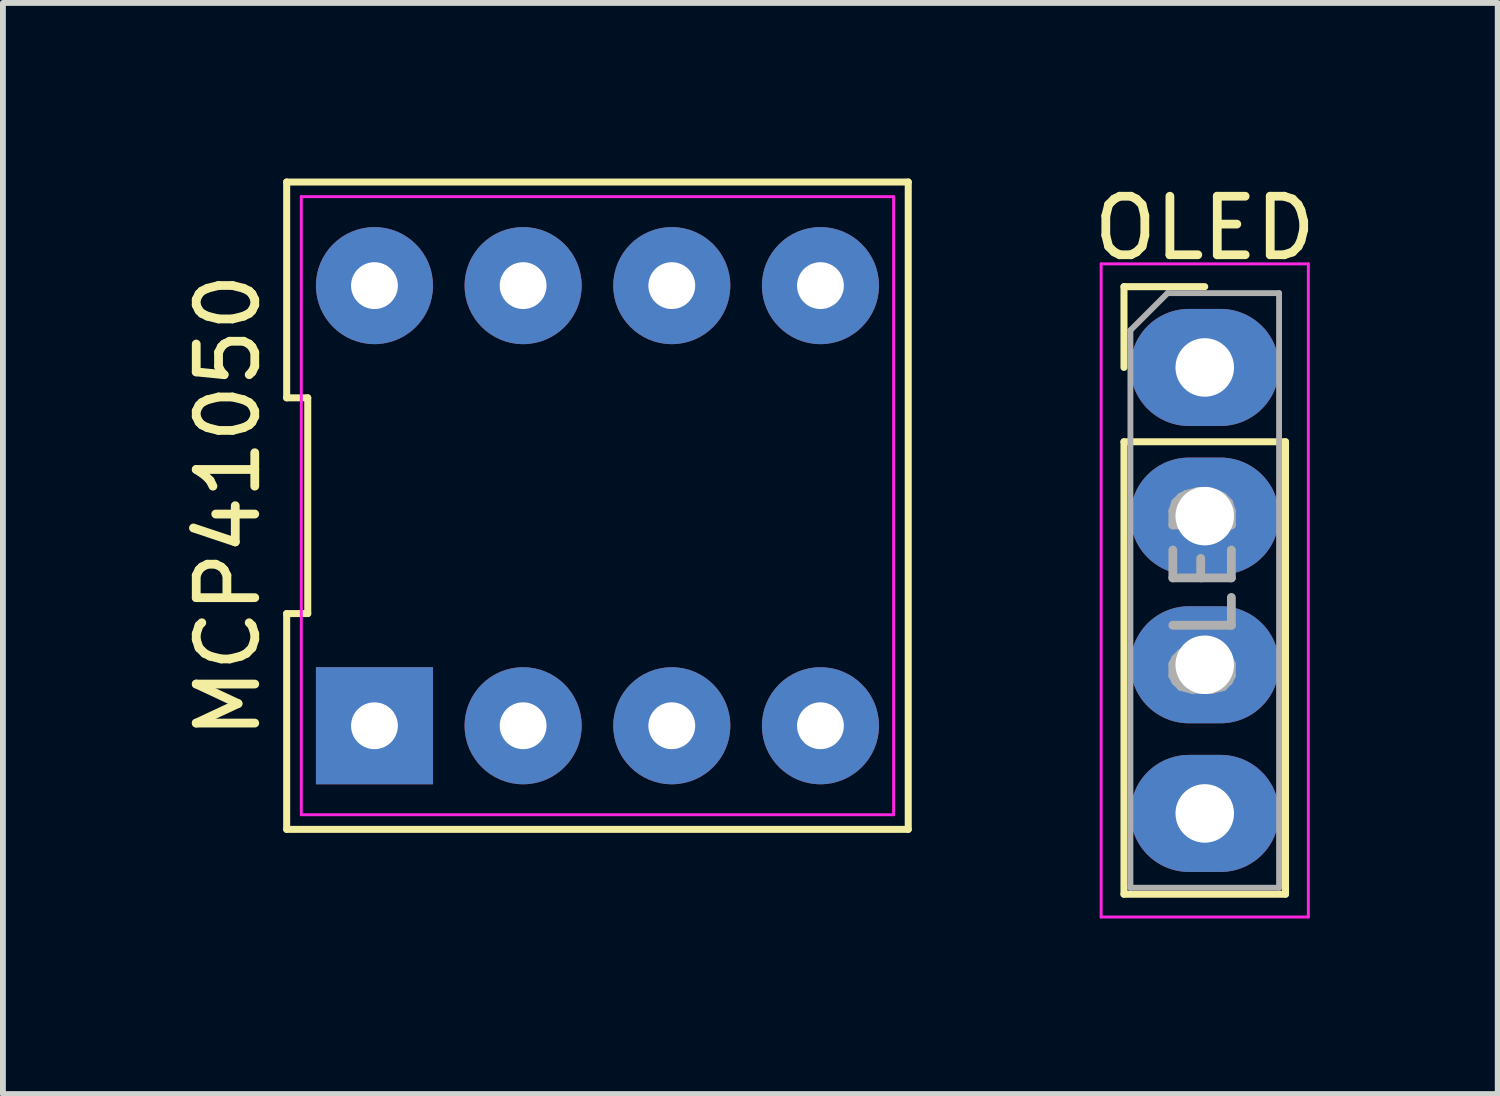
<source format=kicad_pcb>
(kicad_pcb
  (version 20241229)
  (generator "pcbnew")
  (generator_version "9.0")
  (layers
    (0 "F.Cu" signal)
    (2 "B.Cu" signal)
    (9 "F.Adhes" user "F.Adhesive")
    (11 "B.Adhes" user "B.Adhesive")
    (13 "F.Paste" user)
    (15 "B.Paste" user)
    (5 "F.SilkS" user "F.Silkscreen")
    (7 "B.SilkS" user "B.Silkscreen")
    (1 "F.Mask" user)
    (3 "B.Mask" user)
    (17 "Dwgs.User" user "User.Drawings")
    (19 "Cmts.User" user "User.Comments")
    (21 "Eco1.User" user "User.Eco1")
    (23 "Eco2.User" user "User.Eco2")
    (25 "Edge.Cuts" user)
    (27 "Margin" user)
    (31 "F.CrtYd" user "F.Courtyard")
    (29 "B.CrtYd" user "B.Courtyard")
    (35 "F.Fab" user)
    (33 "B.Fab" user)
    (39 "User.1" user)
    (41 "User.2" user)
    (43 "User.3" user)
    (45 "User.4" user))
  (footprint "OLED"
    (layer "F.Cu")
    (at 17.534 3.228)
    (property "Reference" "OLED" (at 0 -2.38 0) (layer "F.SilkS") (effects (font (size 1 1) (thickness 0.15))))
    (attr through_hole)
    (fp_line (start -1.38 -1.38) (end 0 -1.38) (stroke (width 0.12) (type solid)) (layer "F.SilkS"))
    (fp_line (start -1.38 0) (end -1.38 -1.38) (stroke (width 0.12) (type solid)) (layer "F.SilkS"))
    (fp_line (start -1.38 1.27) (end -1.38 9) (stroke (width 0.12) (type solid)) (layer "F.SilkS"))
    (fp_line (start -1.38 1.27) (end 1.38 1.27) (stroke (width 0.12) (type solid)) (layer "F.SilkS"))
    (fp_line (start -1.38 9) (end 1.38 9) (stroke (width 0.12) (type solid)) (layer "F.SilkS"))
    (fp_line (start 1.38 1.27) (end 1.38 9) (stroke (width 0.12) (type solid)) (layer "F.SilkS"))
    (fp_line (start -1.77 -1.77) (end -1.77 9.39) (stroke (width 0.05) (type solid)) (layer "F.CrtYd"))
    (fp_line (start -1.77 9.39) (end 1.77 9.39) (stroke (width 0.05) (type solid)) (layer "F.CrtYd"))
    (fp_line (start 1.77 -1.77) (end -1.77 -1.77) (stroke (width 0.05) (type solid)) (layer "F.CrtYd"))
    (fp_line (start 1.77 9.39) (end 1.77 -1.77) (stroke (width 0.05) (type solid)) (layer "F.CrtYd"))
    (fp_line (start -1.27 -0.635) (end -0.635 -1.27) (stroke (width 0.1) (type solid)) (layer "F.Fab"))
    (fp_line (start -1.27 8.89) (end -1.27 -0.635) (stroke (width 0.1) (type solid)) (layer "F.Fab"))
    (fp_line (start -0.635 -1.27) (end 1.27 -1.27) (stroke (width 0.1) (type solid)) (layer "F.Fab"))
    (fp_line (start 1.27 -1.27) (end 1.27 8.89) (stroke (width 0.1) (type solid)) (layer "F.Fab"))
    (fp_line (start 1.27 8.89) (end -1.27 8.89) (stroke (width 0.1) (type solid)) (layer "F.Fab"))
    (fp_text user "${REFERENCE}" (at 0 3.81 90) (layer "F.Fab") (effects (font (size 1 1) (thickness 0.15))))
    (pad "1" thru_hole oval (at 0 0) (size 2.54 2) (drill 1) (layers "*.Cu" "*.Mask"))
    (pad "2" thru_hole oval (at 0 2.54) (size 2.54 2) (drill 1) (layers "*.Cu" "*.Mask"))
    (pad "3" thru_hole oval (at 0 5.08) (size 2.54 2) (drill 1) (layers "*.Cu" "*.Mask"))
    (pad "4" thru_hole oval (at 0 7.62) (size 2.54 2) (drill 1) (layers "*.Cu" "*.Mask")))
  (footprint "MCP41050"
    (layer "F.Cu")
    (at 7.158 5.59)
    (property "Reference" "MCP41050" (at -6.31 0 90) (layer "F.SilkS") (effects (font (size 1 1) (thickness 0.15))))
    (attr through_hole)
    (fp_line (start -5.31 -5.53) (end -5.31 -1.843) (stroke (width 0.12) (type default)) (layer "F.SilkS"))
    (fp_line (start -5.31 -1.843) (end -4.95 -1.843) (stroke (width 0.12) (type default)) (layer "F.SilkS"))
    (fp_line (start -5.31 1.843) (end -5.31 5.53) (stroke (width 0.12) (type default)) (layer "F.SilkS"))
    (fp_line (start -5.31 5.53) (end 5.31 5.53) (stroke (width 0.12) (type default)) (layer "F.SilkS"))
    (fp_line (start -4.95 -1.843) (end -4.95 1.843) (stroke (width 0.12) (type default)) (layer "F.SilkS"))
    (fp_line (start -4.95 1.843) (end -5.31 1.843) (stroke (width 0.12) (type default)) (layer "F.SilkS"))
    (fp_line (start 5.31 -5.53) (end -5.31 -5.53) (stroke (width 0.12) (type default)) (layer "F.SilkS"))
    (fp_line (start 5.31 5.53) (end 5.31 -5.53) (stroke (width 0.12) (type default)) (layer "F.SilkS"))
    (fp_line (start -5.06 -5.28) (end 5.06 -5.28) (stroke (width 0.05) (type default)) (layer "F.CrtYd"))
    (fp_line (start -5.06 5.28) (end -5.06 -5.28) (stroke (width 0.05) (type default)) (layer "F.CrtYd"))
    (fp_line (start 5.06 -5.28) (end 5.06 5.28) (stroke (width 0.05) (type default)) (layer "F.CrtYd"))
    (fp_line (start 5.06 5.28) (end -5.06 5.28) (stroke (width 0.05) (type default)) (layer "F.CrtYd"))
    (pad "1" thru_hole rect (at -3.81 3.76) (size 2 2) (drill 0.8) (layers "*.Cu" "*.Mask"))
    (pad "2" thru_hole circle (at -1.27 3.76) (size 2 2) (drill 0.8) (layers "*.Cu" "*.Mask"))
    (pad "3" thru_hole circle (at 1.27 3.76) (size 2 2) (drill 0.8) (layers "*.Cu" "*.Mask"))
    (pad "4" thru_hole circle (at 3.81 3.76) (size 2 2) (drill 0.8) (layers "*.Cu" "*.Mask"))
    (pad "5" thru_hole circle (at 3.81 -3.76) (size 2 2) (drill 0.8) (layers "*.Cu" "*.Mask"))
    (pad "6" thru_hole circle (at 1.27 -3.76) (size 2 2) (drill 0.8) (layers "*.Cu" "*.Mask"))
    (pad "7" thru_hole circle (at -1.27 -3.76) (size 2 2) (drill 0.8) (layers "*.Cu" "*.Mask"))
    (pad "8" thru_hole circle (at -3.81 -3.76) (size 2 2) (drill 0.8) (layers "*.Cu" "*.Mask")))
  (gr_rect
    (start -3 -3)
    (end 22.54 15.643)
    (stroke (width 0.1) (type default))
    (fill no)
    (layer "Edge.Cuts")))
</source>
